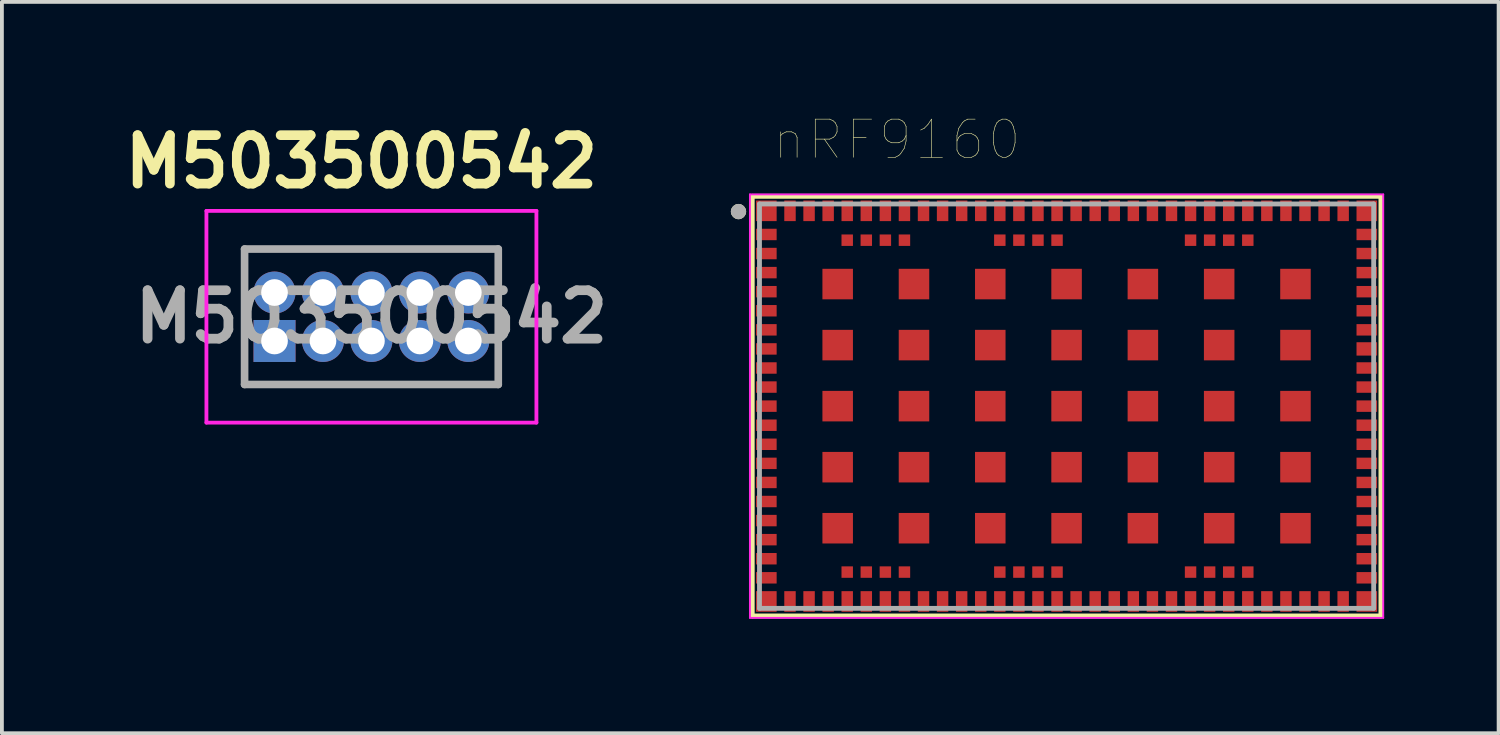
<source format=kicad_pcb>
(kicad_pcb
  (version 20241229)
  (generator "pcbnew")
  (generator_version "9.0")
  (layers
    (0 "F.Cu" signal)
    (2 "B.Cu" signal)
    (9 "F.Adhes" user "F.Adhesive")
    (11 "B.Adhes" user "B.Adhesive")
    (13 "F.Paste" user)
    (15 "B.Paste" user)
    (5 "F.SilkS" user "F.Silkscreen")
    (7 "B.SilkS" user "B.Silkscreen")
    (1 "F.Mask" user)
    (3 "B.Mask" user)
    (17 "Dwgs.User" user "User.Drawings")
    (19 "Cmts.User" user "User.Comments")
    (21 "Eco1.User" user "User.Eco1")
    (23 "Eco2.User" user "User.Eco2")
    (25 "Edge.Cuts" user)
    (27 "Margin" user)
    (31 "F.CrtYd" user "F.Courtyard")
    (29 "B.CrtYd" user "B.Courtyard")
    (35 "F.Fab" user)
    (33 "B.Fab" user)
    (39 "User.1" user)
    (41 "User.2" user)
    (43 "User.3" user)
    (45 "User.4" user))
  (footprint "nRF9160"
    (layer "F.Cu")
    (at 24.908 7.596)
    (property "Reference" "nRF9160" (at -4.445 -6.985 0) (layer "F.SilkS") (effects (font (size 1 1) (thickness 0.015))))
    (attr smd)
    (fp_line (start -8.24 -5.5) (end 8.24 -5.5) (stroke (width 0.127) (type solid)) (layer "F.SilkS"))
    (fp_line (start -8.24 5.5) (end -8.24 -5.5) (stroke (width 0.127) (type solid)) (layer "F.SilkS"))
    (fp_line (start 8.24 -5.5) (end 8.24 5.5) (stroke (width 0.127) (type solid)) (layer "F.SilkS"))
    (fp_line (start 8.24 5.5) (end -8.24 5.5) (stroke (width 0.127) (type solid)) (layer "F.SilkS"))
    (fp_circle (center -8.6 -5.1) (end -8.5 -5.1) (stroke (width 0.2) (type solid)) (fill no) (layer "F.SilkS"))
    (fp_line (start -8.3 -5.55) (end 8.3 -5.55) (stroke (width 0.05) (type solid)) (layer "F.CrtYd"))
    (fp_line (start -8.3 5.55) (end -8.3 -5.55) (stroke (width 0.05) (type solid)) (layer "F.CrtYd"))
    (fp_line (start 8.3 -5.55) (end 8.3 5.55) (stroke (width 0.05) (type solid)) (layer "F.CrtYd"))
    (fp_line (start 8.3 5.55) (end -8.3 5.55) (stroke (width 0.05) (type solid)) (layer "F.CrtYd"))
    (fp_line (start -8.05 -5.3) (end 8.05 -5.3) (stroke (width 0.127) (type solid)) (layer "F.Fab"))
    (fp_line (start -8.05 5.3) (end -8.05 -5.3) (stroke (width 0.127) (type solid)) (layer "F.Fab"))
    (fp_line (start 8.05 -5.3) (end 8.05 5.3) (stroke (width 0.127) (type solid)) (layer "F.Fab"))
    (fp_line (start 8.05 5.3) (end -8.05 5.3) (stroke (width 0.127) (type solid)) (layer "F.Fab"))
    (fp_circle (center -8.6 -5.1) (end -8.5 -5.1) (stroke (width 0.2) (type solid)) (fill no) (layer "F.Fab"))
    (pad "1" smd rect (at -7.87 -5.12) (size 0.54 0.54) (layers "F.Cu" "F.Mask" "F.Paste"))
    (pad "2" smd rect (at -7.87 -4.5) (size 0.54 0.3) (layers "F.Cu" "F.Mask" "F.Paste"))
    (pad "3" smd rect (at -7.87 -4) (size 0.54 0.3) (layers "F.Cu" "F.Mask" "F.Paste"))
    (pad "4" smd rect (at -7.87 -3.5) (size 0.54 0.3) (layers "F.Cu" "F.Mask" "F.Paste"))
    (pad "5" smd rect (at -7.87 -3) (size 0.54 0.3) (layers "F.Cu" "F.Mask" "F.Paste"))
    (pad "6" smd rect (at -7.87 -2.5) (size 0.54 0.3) (layers "F.Cu" "F.Mask" "F.Paste"))
    (pad "7" smd rect (at -7.87 -2) (size 0.54 0.3) (layers "F.Cu" "F.Mask" "F.Paste"))
    (pad "8" smd rect (at -7.87 -1.5) (size 0.54 0.3) (layers "F.Cu" "F.Mask" "F.Paste"))
    (pad "9" smd rect (at -7.87 -1) (size 0.54 0.3) (layers "F.Cu" "F.Mask" "F.Paste"))
    (pad "10" smd rect (at -7.87 -0.5) (size 0.54 0.3) (layers "F.Cu" "F.Mask" "F.Paste"))
    (pad "11" smd rect (at -7.87 0) (size 0.54 0.3) (layers "F.Cu" "F.Mask" "F.Paste"))
    (pad "12" smd rect (at -7.87 0.5) (size 0.54 0.3) (layers "F.Cu" "F.Mask" "F.Paste"))
    (pad "13" smd rect (at -7.87 1) (size 0.54 0.3) (layers "F.Cu" "F.Mask" "F.Paste"))
    (pad "14" smd rect (at -7.87 1.5) (size 0.54 0.3) (layers "F.Cu" "F.Mask" "F.Paste"))
    (pad "15" smd rect (at -7.87 2) (size 0.54 0.3) (layers "F.Cu" "F.Mask" "F.Paste"))
    (pad "16" smd rect (at -7.87 2.5) (size 0.54 0.3) (layers "F.Cu" "F.Mask" "F.Paste"))
    (pad "17" smd rect (at -7.87 3) (size 0.54 0.3) (layers "F.Cu" "F.Mask" "F.Paste"))
    (pad "18" smd rect (at -7.87 3.5) (size 0.54 0.3) (layers "F.Cu" "F.Mask" "F.Paste"))
    (pad "19" smd rect (at -7.87 4) (size 0.54 0.3) (layers "F.Cu" "F.Mask" "F.Paste"))
    (pad "20" smd rect (at -7.87 4.5) (size 0.54 0.3) (layers "F.Cu" "F.Mask" "F.Paste"))
    (pad "21" smd rect (at -7.87 5.12) (size 0.54 0.54) (layers "F.Cu" "F.Mask" "F.Paste"))
    (pad "22" smd rect (at -7.25 5.12) (size 0.3 0.54) (layers "F.Cu" "F.Mask" "F.Paste"))
    (pad "23" smd rect (at -6.75 5.12) (size 0.3 0.54) (layers "F.Cu" "F.Mask" "F.Paste"))
    (pad "24" smd rect (at -6.25 5.12) (size 0.3 0.54) (layers "F.Cu" "F.Mask" "F.Paste"))
    (pad "25" smd rect (at -5.75 5.12) (size 0.3 0.54) (layers "F.Cu" "F.Mask" "F.Paste"))
    (pad "26" smd rect (at -5.25 5.12) (size 0.3 0.54) (layers "F.Cu" "F.Mask" "F.Paste"))
    (pad "27" smd rect (at -4.75 5.12) (size 0.3 0.54) (layers "F.Cu" "F.Mask" "F.Paste"))
    (pad "28" smd rect (at -4.25 5.12) (size 0.3 0.54) (layers "F.Cu" "F.Mask" "F.Paste"))
    (pad "29" smd rect (at -3.75 5.12) (size 0.3 0.54) (layers "F.Cu" "F.Mask" "F.Paste"))
    (pad "30" smd rect (at -3.25 5.12) (size 0.3 0.54) (layers "F.Cu" "F.Mask" "F.Paste"))
    (pad "31" smd rect (at -2.75 5.12) (size 0.3 0.54) (layers "F.Cu" "F.Mask" "F.Paste"))
    (pad "32" smd rect (at -2.25 5.12) (size 0.3 0.54) (layers "F.Cu" "F.Mask" "F.Paste"))
    (pad "33" smd rect (at -1.75 5.12) (size 0.3 0.54) (layers "F.Cu" "F.Mask" "F.Paste"))
    (pad "34" smd rect (at -1.25 5.12) (size 0.3 0.54) (layers "F.Cu" "F.Mask" "F.Paste"))
    (pad "35" smd rect (at -0.75 5.12) (size 0.3 0.54) (layers "F.Cu" "F.Mask" "F.Paste"))
    (pad "36" smd rect (at -0.25 5.12) (size 0.3 0.54) (layers "F.Cu" "F.Mask" "F.Paste"))
    (pad "37" smd rect (at 0.25 5.12) (size 0.3 0.54) (layers "F.Cu" "F.Mask" "F.Paste"))
    (pad "38" smd rect (at 0.75 5.12) (size 0.3 0.54) (layers "F.Cu" "F.Mask" "F.Paste"))
    (pad "39" smd rect (at 1.25 5.12) (size 0.3 0.54) (layers "F.Cu" "F.Mask" "F.Paste"))
    (pad "40" smd rect (at 1.75 5.12) (size 0.3 0.54) (layers "F.Cu" "F.Mask" "F.Paste"))
    (pad "41" smd rect (at 2.25 5.12) (size 0.3 0.54) (layers "F.Cu" "F.Mask" "F.Paste"))
    (pad "42" smd rect (at 2.75 5.12) (size 0.3 0.54) (layers "F.Cu" "F.Mask" "F.Paste"))
    (pad "43" smd rect (at 3.25 5.12) (size 0.3 0.54) (layers "F.Cu" "F.Mask" "F.Paste"))
    (pad "44" smd rect (at 3.75 5.12) (size 0.3 0.54) (layers "F.Cu" "F.Mask" "F.Paste"))
    (pad "45" smd rect (at 4.25 5.12) (size 0.3 0.54) (layers "F.Cu" "F.Mask" "F.Paste"))
    (pad "46" smd rect (at 4.75 5.12) (size 0.3 0.54) (layers "F.Cu" "F.Mask" "F.Paste"))
    (pad "47" smd rect (at 5.25 5.12) (size 0.3 0.54) (layers "F.Cu" "F.Mask" "F.Paste"))
    (pad "48" smd rect (at 5.75 5.12) (size 0.3 0.54) (layers "F.Cu" "F.Mask" "F.Paste"))
    (pad "49" smd rect (at 6.25 5.12) (size 0.3 0.54) (layers "F.Cu" "F.Mask" "F.Paste"))
    (pad "50" smd rect (at 6.75 5.12) (size 0.3 0.54) (layers "F.Cu" "F.Mask" "F.Paste"))
    (pad "51" smd rect (at 7.25 5.12) (size 0.3 0.54) (layers "F.Cu" "F.Mask" "F.Paste"))
    (pad "52" smd rect (at 7.87 5.12) (size 0.54 0.54) (layers "F.Cu" "F.Mask" "F.Paste"))
    (pad "53" smd rect (at 7.87 4.5) (size 0.54 0.3) (layers "F.Cu" "F.Mask" "F.Paste"))
    (pad "54" smd rect (at 7.87 4) (size 0.54 0.3) (layers "F.Cu" "F.Mask" "F.Paste"))
    (pad "55" smd rect (at 7.87 3.5) (size 0.54 0.3) (layers "F.Cu" "F.Mask" "F.Paste"))
    (pad "56" smd rect (at 7.87 3) (size 0.54 0.3) (layers "F.Cu" "F.Mask" "F.Paste"))
    (pad "57" smd rect (at 7.87 2.5) (size 0.54 0.3) (layers "F.Cu" "F.Mask" "F.Paste"))
    (pad "58" smd rect (at 7.87 2) (size 0.54 0.3) (layers "F.Cu" "F.Mask" "F.Paste"))
    (pad "59" smd rect (at 7.87 1.5) (size 0.54 0.3) (layers "F.Cu" "F.Mask" "F.Paste"))
    (pad "60" smd rect (at 7.87 1) (size 0.54 0.3) (layers "F.Cu" "F.Mask" "F.Paste"))
    (pad "61" smd rect (at 7.87 0.5) (size 0.54 0.3) (layers "F.Cu" "F.Mask" "F.Paste"))
    (pad "62" smd rect (at 7.87 0) (size 0.54 0.3) (layers "F.Cu" "F.Mask" "F.Paste"))
    (pad "63" smd rect (at 7.87 -0.5) (size 0.54 0.3) (layers "F.Cu" "F.Mask" "F.Paste"))
    (pad "64" smd rect (at 7.87 -1) (size 0.54 0.3) (layers "F.Cu" "F.Mask" "F.Paste"))
    (pad "65" smd rect (at 7.87 -1.5) (size 0.54 0.35) (layers "F.Cu" "F.Mask" "F.Paste"))
    (pad "66" smd rect (at 7.87 -2) (size 0.54 0.3) (layers "F.Cu" "F.Mask" "F.Paste"))
    (pad "67" smd rect (at 7.87 -2.5) (size 0.54 0.3) (layers "F.Cu" "F.Mask" "F.Paste"))
    (pad "68" smd rect (at 7.87 -3) (size 0.54 0.3) (layers "F.Cu" "F.Mask" "F.Paste"))
    (pad "69" smd rect (at 7.87 -3.5) (size 0.54 0.3) (layers "F.Cu" "F.Mask" "F.Paste"))
    (pad "70" smd rect (at 7.87 -4) (size 0.54 0.3) (layers "F.Cu" "F.Mask" "F.Paste"))
    (pad "71" smd rect (at 7.87 -4.5) (size 0.54 0.3) (layers "F.Cu" "F.Mask" "F.Paste"))
    (pad "72" smd rect (at 7.87 -5.12) (size 0.54 0.54) (layers "F.Cu" "F.Mask" "F.Paste"))
    (pad "73" smd rect (at 7.25 -5.12) (size 0.3 0.54) (layers "F.Cu" "F.Mask" "F.Paste"))
    (pad "74" smd rect (at 6.75 -5.12) (size 0.3 0.54) (layers "F.Cu" "F.Mask" "F.Paste"))
    (pad "75" smd rect (at 6.25 -5.12) (size 0.3 0.54) (layers "F.Cu" "F.Mask" "F.Paste"))
    (pad "76" smd rect (at 5.75 -5.12) (size 0.3 0.54) (layers "F.Cu" "F.Mask" "F.Paste"))
    (pad "77" smd rect (at 5.25 -5.12) (size 0.3 0.54) (layers "F.Cu" "F.Mask" "F.Paste"))
    (pad "78" smd rect (at 4.75 -5.12) (size 0.3 0.54) (layers "F.Cu" "F.Mask" "F.Paste"))
    (pad "79" smd rect (at 4.25 -5.12) (size 0.3 0.54) (layers "F.Cu" "F.Mask" "F.Paste"))
    (pad "80" smd rect (at 3.75 -5.12) (size 0.3 0.54) (layers "F.Cu" "F.Mask" "F.Paste"))
    (pad "81" smd rect (at 3.25 -5.12) (size 0.3 0.54) (layers "F.Cu" "F.Mask" "F.Paste"))
    (pad "82" smd rect (at 2.75 -5.12) (size 0.3 0.54) (layers "F.Cu" "F.Mask" "F.Paste"))
    (pad "83" smd rect (at 2.25 -5.12) (size 0.3 0.54) (layers "F.Cu" "F.Mask" "F.Paste"))
    (pad "84" smd rect (at 1.75 -5.12) (size 0.3 0.54) (layers "F.Cu" "F.Mask" "F.Paste"))
    (pad "85" smd rect (at 1.25 -5.12) (size 0.3 0.54) (layers "F.Cu" "F.Mask" "F.Paste"))
    (pad "86" smd rect (at 0.75 -5.12) (size 0.3 0.54) (layers "F.Cu" "F.Mask" "F.Paste"))
    (pad "87" smd rect (at 0.25 -5.12) (size 0.3 0.54) (layers "F.Cu" "F.Mask" "F.Paste"))
    (pad "88" smd rect (at -0.25 -5.12) (size 0.3 0.54) (layers "F.Cu" "F.Mask" "F.Paste"))
    (pad "89" smd rect (at -0.75 -5.12) (size 0.3 0.54) (layers "F.Cu" "F.Mask" "F.Paste"))
    (pad "90" smd rect (at -1.25 -5.12) (size 0.3 0.54) (layers "F.Cu" "F.Mask" "F.Paste"))
    (pad "91" smd rect (at -1.75 -5.12) (size 0.3 0.54) (layers "F.Cu" "F.Mask" "F.Paste"))
    (pad "92" smd rect (at -2.25 -5.12) (size 0.3 0.54) (layers "F.Cu" "F.Mask" "F.Paste"))
    (pad "93" smd rect (at -2.75 -5.12) (size 0.3 0.54) (layers "F.Cu" "F.Mask" "F.Paste"))
    (pad "94" smd rect (at -3.25 -5.12) (size 0.3 0.54) (layers "F.Cu" "F.Mask" "F.Paste"))
    (pad "95" smd rect (at -3.75 -5.12) (size 0.3 0.54) (layers "F.Cu" "F.Mask" "F.Paste"))
    (pad "96" smd rect (at -4.25 -5.12) (size 0.3 0.54) (layers "F.Cu" "F.Mask" "F.Paste"))
    (pad "97" smd rect (at -4.75 -5.12) (size 0.3 0.54) (layers "F.Cu" "F.Mask" "F.Paste"))
    (pad "98" smd rect (at -5.25 -5.12) (size 0.3 0.54) (layers "F.Cu" "F.Mask" "F.Paste"))
    (pad "99" smd rect (at -5.75 -5.12) (size 0.3 0.54) (layers "F.Cu" "F.Mask" "F.Paste"))
    (pad "100" smd rect (at -6.25 -5.12) (size 0.3 0.54) (layers "F.Cu" "F.Mask" "F.Paste"))
    (pad "101" smd rect (at -6.75 -5.12) (size 0.3 0.54) (layers "F.Cu" "F.Mask" "F.Paste"))
    (pad "102" smd rect (at -7.25 -5.12) (size 0.3 0.54) (layers "F.Cu" "F.Mask" "F.Paste"))
    (pad "103" smd rect (at -6 -3.2) (size 0.8 0.8) (layers "F.Cu" "F.Mask" "F.Paste"))
    (pad "103" smd rect (at -6 -1.6) (size 0.8 0.8) (layers "F.Cu" "F.Mask" "F.Paste"))
    (pad "103" smd rect (at -6 0) (size 0.8 0.8) (layers "F.Cu" "F.Mask" "F.Paste"))
    (pad "103" smd rect (at -6 1.6) (size 0.8 0.8) (layers "F.Cu" "F.Mask" "F.Paste"))
    (pad "103" smd rect (at -6 3.2) (size 0.8 0.8) (layers "F.Cu" "F.Mask" "F.Paste"))
    (pad "103" smd rect (at -4 -3.2) (size 0.8 0.8) (layers "F.Cu" "F.Mask" "F.Paste"))
    (pad "103" smd rect (at -4 -1.6) (size 0.8 0.8) (layers "F.Cu" "F.Mask" "F.Paste"))
    (pad "103" smd rect (at -4 0) (size 0.8 0.8) (layers "F.Cu" "F.Mask" "F.Paste"))
    (pad "103" smd rect (at -4 1.6) (size 0.8 0.8) (layers "F.Cu" "F.Mask" "F.Paste"))
    (pad "103" smd rect (at -4 3.2) (size 0.8 0.8) (layers "F.Cu" "F.Mask" "F.Paste"))
    (pad "103" smd rect (at -2 -3.2) (size 0.8 0.8) (layers "F.Cu" "F.Mask" "F.Paste"))
    (pad "103" smd rect (at -2 -1.6) (size 0.8 0.8) (layers "F.Cu" "F.Mask" "F.Paste"))
    (pad "103" smd rect (at -2 0) (size 0.8 0.8) (layers "F.Cu" "F.Mask" "F.Paste"))
    (pad "103" smd rect (at -2 1.6) (size 0.8 0.8) (layers "F.Cu" "F.Mask" "F.Paste"))
    (pad "103" smd rect (at -2 3.2) (size 0.8 0.8) (layers "F.Cu" "F.Mask" "F.Paste"))
    (pad "103" smd rect (at 0 -3.2) (size 0.8 0.8) (layers "F.Cu" "F.Mask" "F.Paste"))
    (pad "103" smd rect (at 0 -1.6) (size 0.8 0.8) (layers "F.Cu" "F.Mask" "F.Paste"))
    (pad "103" smd rect (at 0 0) (size 0.8 0.8) (layers "F.Cu" "F.Mask" "F.Paste"))
    (pad "103" smd rect (at 0 1.6) (size 0.8 0.8) (layers "F.Cu" "F.Mask" "F.Paste"))
    (pad "103" smd rect (at 0 3.2) (size 0.8 0.8) (layers "F.Cu" "F.Mask" "F.Paste"))
    (pad "103" smd rect (at 2 -3.2) (size 0.8 0.8) (layers "F.Cu" "F.Mask" "F.Paste"))
    (pad "103" smd rect (at 2 -1.6) (size 0.8 0.8) (layers "F.Cu" "F.Mask" "F.Paste"))
    (pad "103" smd rect (at 2 0) (size 0.8 0.8) (layers "F.Cu" "F.Mask" "F.Paste"))
    (pad "103" smd rect (at 2 1.6) (size 0.8 0.8) (layers "F.Cu" "F.Mask" "F.Paste"))
    (pad "103" smd rect (at 2 3.2) (size 0.8 0.8) (layers "F.Cu" "F.Mask" "F.Paste"))
    (pad "103" smd rect (at 4 -3.2) (size 0.8 0.8) (layers "F.Cu" "F.Mask" "F.Paste"))
    (pad "103" smd rect (at 4 -1.6) (size 0.8 0.8) (layers "F.Cu" "F.Mask" "F.Paste"))
    (pad "103" smd rect (at 4 0) (size 0.8 0.8) (layers "F.Cu" "F.Mask" "F.Paste"))
    (pad "103" smd rect (at 4 1.6) (size 0.8 0.8) (layers "F.Cu" "F.Mask" "F.Paste"))
    (pad "103" smd rect (at 4 3.2) (size 0.8 0.8) (layers "F.Cu" "F.Mask" "F.Paste"))
    (pad "103" smd rect (at 6 -3.2) (size 0.8 0.8) (layers "F.Cu" "F.Mask" "F.Paste"))
    (pad "103" smd rect (at 6 -1.6) (size 0.8 0.8) (layers "F.Cu" "F.Mask" "F.Paste"))
    (pad "103" smd rect (at 6 0) (size 0.8 0.8) (layers "F.Cu" "F.Mask" "F.Paste"))
    (pad "103" smd rect (at 6 1.6) (size 0.8 0.8) (layers "F.Cu" "F.Mask" "F.Paste"))
    (pad "103" smd rect (at 6 3.2) (size 0.8 0.8) (layers "F.Cu" "F.Mask" "F.Paste"))
    (pad "104" smd rect (at -5.75 4.35) (size 0.3 0.3) (layers "F.Cu" "F.Mask" "F.Paste"))
    (pad "105" smd rect (at -5.25 4.35) (size 0.3 0.3) (layers "F.Cu" "F.Mask" "F.Paste"))
    (pad "106" smd rect (at -4.75 4.35) (size 0.3 0.3) (layers "F.Cu" "F.Mask" "F.Paste"))
    (pad "107" smd rect (at -4.25 4.35) (size 0.3 0.3) (layers "F.Cu" "F.Mask" "F.Paste"))
    (pad "108" smd rect (at -1.75 4.35) (size 0.3 0.3) (layers "F.Cu" "F.Mask" "F.Paste"))
    (pad "109" smd rect (at -1.25 4.35) (size 0.3 0.3) (layers "F.Cu" "F.Mask" "F.Paste"))
    (pad "110" smd rect (at -0.75 4.35) (size 0.3 0.3) (layers "F.Cu" "F.Mask" "F.Paste"))
    (pad "111" smd rect (at -0.25 4.35) (size 0.3 0.3) (layers "F.Cu" "F.Mask" "F.Paste"))
    (pad "112" smd rect (at 3.25 4.35) (size 0.3 0.3) (layers "F.Cu" "F.Mask" "F.Paste"))
    (pad "113" smd rect (at 3.75 4.35) (size 0.3 0.3) (layers "F.Cu" "F.Mask" "F.Paste"))
    (pad "114" smd rect (at 4.25 4.35) (size 0.3 0.3) (layers "F.Cu" "F.Mask" "F.Paste"))
    (pad "115" smd rect (at 4.75 4.35) (size 0.3 0.3) (layers "F.Cu" "F.Mask" "F.Paste"))
    (pad "116" smd rect (at 4.75 -4.35) (size 0.3 0.3) (layers "F.Cu" "F.Mask" "F.Paste"))
    (pad "117" smd rect (at 4.25 -4.35) (size 0.3 0.3) (layers "F.Cu" "F.Mask" "F.Paste"))
    (pad "118" smd rect (at 3.75 -4.35) (size 0.3 0.3) (layers "F.Cu" "F.Mask" "F.Paste"))
    (pad "119" smd rect (at 3.25 -4.35) (size 0.3 0.3) (layers "F.Cu" "F.Mask" "F.Paste"))
    (pad "120" smd rect (at -0.25 -4.35) (size 0.3 0.3) (layers "F.Cu" "F.Mask" "F.Paste"))
    (pad "121" smd rect (at -0.75 -4.35) (size 0.3 0.3) (layers "F.Cu" "F.Mask" "F.Paste"))
    (pad "122" smd rect (at -1.25 -4.35) (size 0.3 0.3) (layers "F.Cu" "F.Mask" "F.Paste"))
    (pad "123" smd rect (at -1.75 -4.35) (size 0.3 0.3) (layers "F.Cu" "F.Mask" "F.Paste"))
    (pad "124" smd rect (at -4.25 -4.35) (size 0.3 0.3) (layers "F.Cu" "F.Mask" "F.Paste"))
    (pad "125" smd rect (at -4.75 -4.35) (size 0.3 0.3) (layers "F.Cu" "F.Mask" "F.Paste"))
    (pad "126" smd rect (at -5.25 -4.35) (size 0.3 0.3) (layers "F.Cu" "F.Mask" "F.Paste"))
    (pad "127" smd rect (at -5.75 -4.35) (size 0.3 0.3) (layers "F.Cu" "F.Mask" "F.Paste")))
  (footprint "M503500542"
    (layer "F.Cu")
    (at 4.146 5.888)
    (property "Reference" "M503500542" (at 2.277 -4.699 0) (layer "F.SilkS") (effects (font (size 1.27 1.27) (thickness 0.254))))
    (attr through_hole)
    (fp_line (start -0.785 -2.41) (end 5.865 -2.41) (stroke (width 0.1) (type solid)) (layer "F.SilkS"))
    (fp_line (start -0.785 1.14) (end -0.785 -2.41) (stroke (width 0.1) (type solid)) (layer "F.SilkS"))
    (fp_line (start 5.865 -2.41) (end 5.865 1.14) (stroke (width 0.1) (type solid)) (layer "F.SilkS"))
    (fp_line (start 5.865 1.14) (end -0.785 1.14) (stroke (width 0.1) (type solid)) (layer "F.SilkS"))
    (fp_line (start -1.785 -3.41) (end 6.865 -3.41) (stroke (width 0.1) (type solid)) (layer "F.CrtYd"))
    (fp_line (start -1.785 2.14) (end -1.785 -3.41) (stroke (width 0.1) (type solid)) (layer "F.CrtYd"))
    (fp_line (start 6.865 -3.41) (end 6.865 2.14) (stroke (width 0.1) (type solid)) (layer "F.CrtYd"))
    (fp_line (start 6.865 2.14) (end -1.785 2.14) (stroke (width 0.1) (type solid)) (layer "F.CrtYd"))
    (fp_line (start -0.785 -2.41) (end -0.785 1.14) (stroke (width 0.2) (type solid)) (layer "F.Fab"))
    (fp_line (start -0.785 1.14) (end 5.865 1.14) (stroke (width 0.2) (type solid)) (layer "F.Fab"))
    (fp_line (start 5.865 -2.41) (end -0.785 -2.41) (stroke (width 0.2) (type solid)) (layer "F.Fab"))
    (fp_line (start 5.865 1.14) (end 5.865 -2.41) (stroke (width 0.2) (type solid)) (layer "F.Fab"))
    (fp_text user "${REFERENCE}" (at 2.54 -0.635 0) (layer "F.Fab") (effects (font (size 1.27 1.27) (thickness 0.254))))
    (pad "1" thru_hole rect (at 0 0) (size 1.1 1.1) (drill 0.7) (layers "*.Cu" "*.Mask"))
    (pad "2" thru_hole circle (at 0 -1.27) (size 1.1 1.1) (drill 0.7) (layers "*.Cu" "*.Mask"))
    (pad "3" thru_hole circle (at 1.27 0) (size 1.1 1.1) (drill 0.7) (layers "*.Cu" "*.Mask"))
    (pad "4" thru_hole circle (at 1.27 -1.27) (size 1.1 1.1) (drill 0.7) (layers "*.Cu" "*.Mask"))
    (pad "5" thru_hole circle (at 2.54 0) (size 1.1 1.1) (drill 0.7) (layers "*.Cu" "*.Mask"))
    (pad "6" thru_hole circle (at 2.54 -1.27) (size 1.1 1.1) (drill 0.7) (layers "*.Cu" "*.Mask"))
    (pad "7" thru_hole circle (at 3.81 0) (size 1.1 1.1) (drill 0.7) (layers "*.Cu" "*.Mask"))
    (pad "8" thru_hole circle (at 3.81 -1.27) (size 1.1 1.1) (drill 0.7) (layers "*.Cu" "*.Mask"))
    (pad "9" thru_hole circle (at 5.08 0) (size 1.1 1.1) (drill 0.7) (layers "*.Cu" "*.Mask"))
    (pad "10" thru_hole circle (at 5.08 -1.27) (size 1.1 1.1) (drill 0.7) (layers "*.Cu" "*.Mask")))
  (gr_rect
    (start -3 -3)
    (end 36.233 16.171)
    (stroke (width 0.1) (type default))
    (fill no)
    (layer "Edge.Cuts")))
</source>
